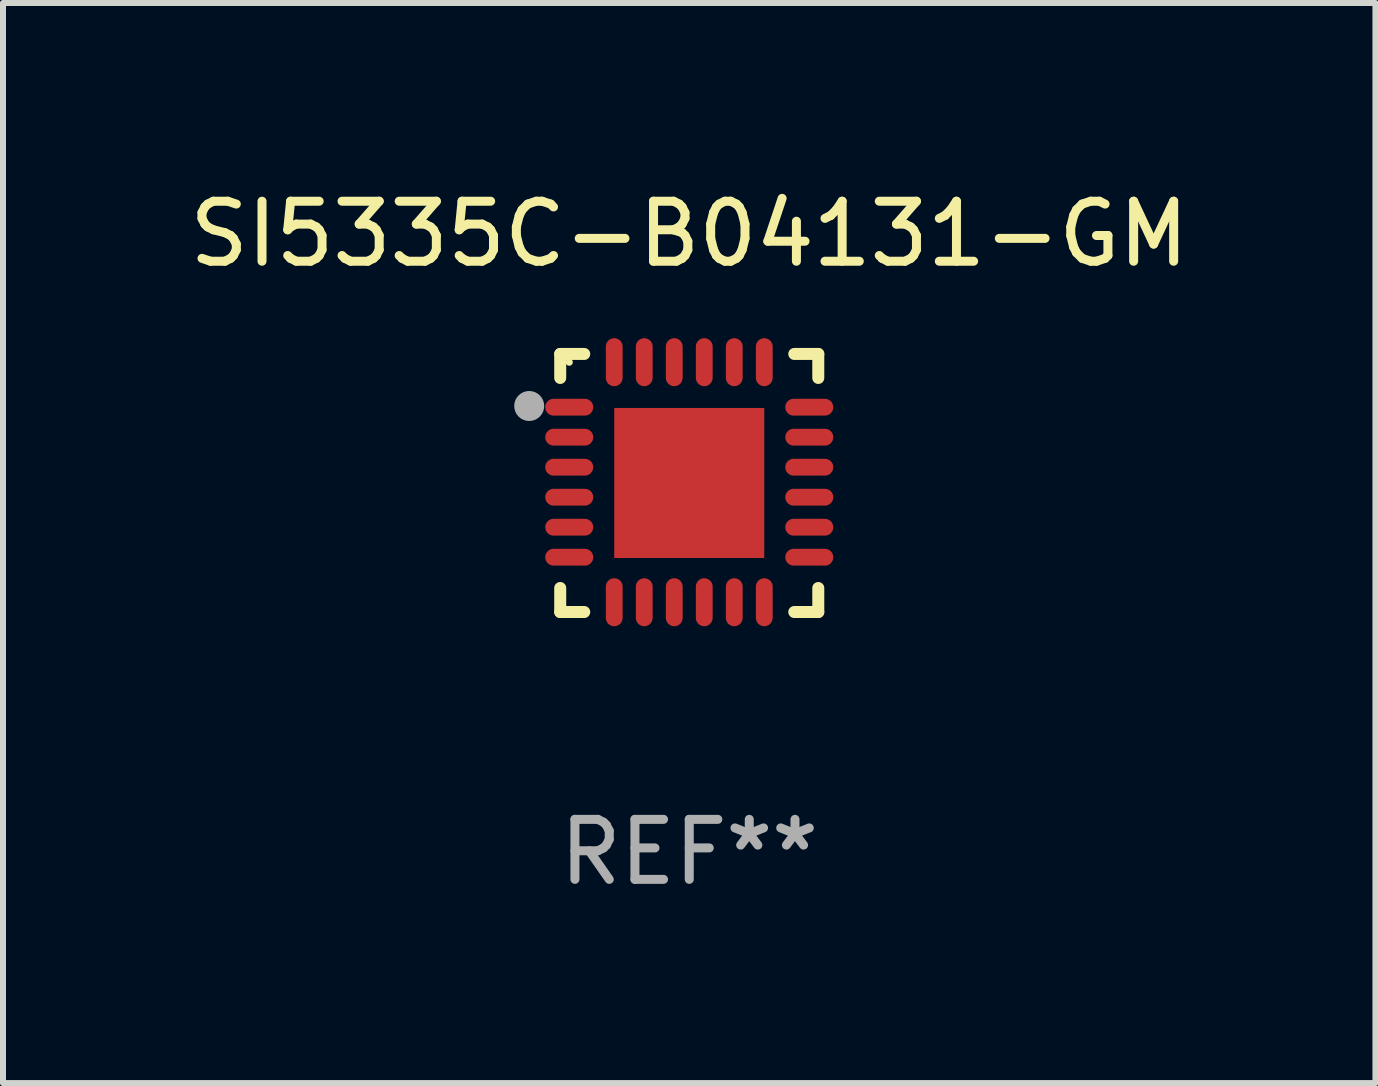
<source format=kicad_pcb>
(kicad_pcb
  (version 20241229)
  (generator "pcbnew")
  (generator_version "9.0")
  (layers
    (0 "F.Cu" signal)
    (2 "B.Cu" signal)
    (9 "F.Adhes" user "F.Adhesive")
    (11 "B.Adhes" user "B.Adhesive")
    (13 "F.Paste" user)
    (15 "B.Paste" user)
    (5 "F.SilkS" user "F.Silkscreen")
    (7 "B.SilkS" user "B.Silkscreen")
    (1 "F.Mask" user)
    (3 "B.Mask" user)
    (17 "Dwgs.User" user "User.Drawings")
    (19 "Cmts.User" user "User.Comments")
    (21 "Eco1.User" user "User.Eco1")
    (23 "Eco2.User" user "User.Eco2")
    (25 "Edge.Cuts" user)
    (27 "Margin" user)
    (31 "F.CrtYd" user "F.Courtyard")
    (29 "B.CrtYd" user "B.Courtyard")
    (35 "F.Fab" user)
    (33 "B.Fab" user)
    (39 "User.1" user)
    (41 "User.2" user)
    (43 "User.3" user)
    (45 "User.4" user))
  (footprint "SI5335C-B04131-GM"
    (layer "F.Cu")
    (at 8.435 4.998)
    (property "Reference" "SI5335C-B04131-GM" (at 0 -4.15 0) (layer "F.SilkS") (effects (font (size 1 1) (thickness 0.15))))
    (attr through_hole)
    (fp_line (start -2.15 -2.15) (end -1.75 -2.15) (stroke (width 0.2) (type solid)) (layer "F.SilkS"))
    (fp_line (start -2.15 -1.75) (end -2.15 -2.15) (stroke (width 0.2) (type solid)) (layer "F.SilkS"))
    (fp_line (start -2.15 2.15) (end -2.15 1.75) (stroke (width 0.2) (type solid)) (layer "F.SilkS"))
    (fp_line (start -1.75 2.15) (end -2.15 2.15) (stroke (width 0.2) (type solid)) (layer "F.SilkS"))
    (fp_line (start 1.75 -2.15) (end 2.15 -2.15) (stroke (width 0.2) (type solid)) (layer "F.SilkS"))
    (fp_line (start 1.75 2.15) (end 2.15 2.15) (stroke (width 0.2) (type solid)) (layer "F.SilkS"))
    (fp_line (start 2.15 -2.15) (end 2.15 -1.75) (stroke (width 0.2) (type solid)) (layer "F.SilkS"))
    (fp_line (start 2.15 2.15) (end 2.15 1.75) (stroke (width 0.2) (type solid)) (layer "F.SilkS"))
    (fp_circle (center -2 -2.013) (end -1.97 -2.013) (stroke (width 0.06) (type solid)) (fill no) (layer "F.SilkS"))
    (fp_circle (center -2.667 -1.283) (end -2.542 -1.283) (stroke (width 0.25) (type solid)) (fill no) (layer "F.Fab"))
    (fp_text user "REF**" (at 0 6.15 0) (layer "F.Fab") (effects (font (size 1 1) (thickness 0.15))))
    (pad "1" smd oval (at -2 -1.263) (size 0.8 0.28) (layers "F.Cu" "F.Mask" "F.Paste"))
    (pad "2" smd oval (at -2 -0.763) (size 0.8 0.28) (layers "F.Cu" "F.Mask" "F.Paste"))
    (pad "3" smd oval (at -2 -0.263) (size 0.8 0.28) (layers "F.Cu" "F.Mask" "F.Paste"))
    (pad "4" smd oval (at -2 0.237) (size 0.8 0.28) (layers "F.Cu" "F.Mask" "F.Paste"))
    (pad "5" smd oval (at -2 0.737) (size 0.8 0.28) (layers "F.Cu" "F.Mask" "F.Paste"))
    (pad "6" smd oval (at -2 1.237) (size 0.8 0.28) (layers "F.Cu" "F.Mask" "F.Paste"))
    (pad "7" smd oval (at -1.25 1.987) (size 0.28 0.8) (layers "F.Cu" "F.Mask" "F.Paste"))
    (pad "8" smd oval (at -0.75 1.987) (size 0.28 0.8) (layers "F.Cu" "F.Mask" "F.Paste"))
    (pad "9" smd oval (at -0.25 1.987) (size 0.28 0.8) (layers "F.Cu" "F.Mask" "F.Paste"))
    (pad "10" smd oval (at 0.25 1.987) (size 0.28 0.8) (layers "F.Cu" "F.Mask" "F.Paste"))
    (pad "11" smd oval (at 0.75 1.987) (size 0.28 0.8) (layers "F.Cu" "F.Mask" "F.Paste"))
    (pad "12" smd oval (at 1.25 1.987) (size 0.28 0.8) (layers "F.Cu" "F.Mask" "F.Paste"))
    (pad "13" smd oval (at 2 1.237) (size 0.8 0.28) (layers "F.Cu" "F.Mask" "F.Paste"))
    (pad "14" smd oval (at 2 0.737) (size 0.8 0.28) (layers "F.Cu" "F.Mask" "F.Paste"))
    (pad "15" smd oval (at 2 0.237) (size 0.8 0.28) (layers "F.Cu" "F.Mask" "F.Paste"))
    (pad "16" smd oval (at 2 -0.263) (size 0.8 0.28) (layers "F.Cu" "F.Mask" "F.Paste"))
    (pad "17" smd oval (at 2 -0.763) (size 0.8 0.28) (layers "F.Cu" "F.Mask" "F.Paste"))
    (pad "18" smd oval (at 2 -1.263) (size 0.8 0.28) (layers "F.Cu" "F.Mask" "F.Paste"))
    (pad "19" smd oval (at 1.25 -2.013) (size 0.28 0.8) (layers "F.Cu" "F.Mask" "F.Paste"))
    (pad "20" smd oval (at 0.75 -2.013) (size 0.28 0.8) (layers "F.Cu" "F.Mask" "F.Paste"))
    (pad "21" smd oval (at 0.25 -2.013) (size 0.28 0.8) (layers "F.Cu" "F.Mask" "F.Paste"))
    (pad "22" smd oval (at -0.25 -2.013) (size 0.28 0.8) (layers "F.Cu" "F.Mask" "F.Paste"))
    (pad "23" smd oval (at -0.75 -2.013) (size 0.28 0.8) (layers "F.Cu" "F.Mask" "F.Paste"))
    (pad "24" smd oval (at -1.25 -2.013) (size 0.28 0.8) (layers "F.Cu" "F.Mask" "F.Paste"))
    (pad "25" smd rect (at -0.000127 -0.00014) (size 2.5 2.5) (layers "F.Cu" "F.Mask" "F.Paste")))
  (gr_rect
    (start -3 -3)
    (end 19.869 14.997)
    (stroke (width 0.1) (type default))
    (fill no)
    (layer "Edge.Cuts")))
</source>
